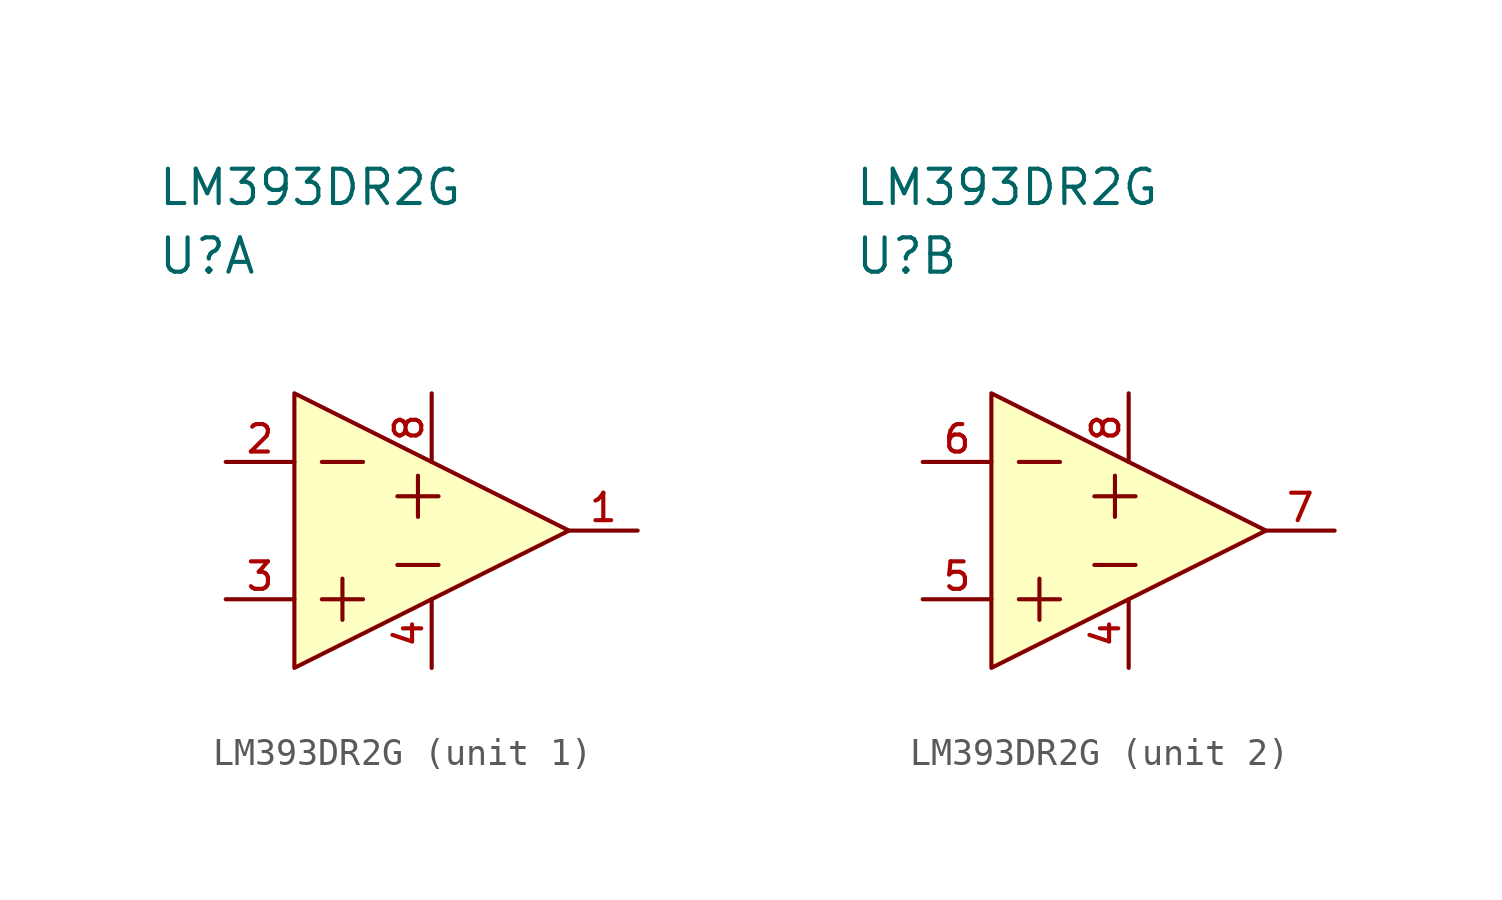
<source format=kicad_sym>
(kicad_symbol_lib
  (version 20241209)
  (generator "kicad_symbol_editor")
  (generator_version "9.0")
  (symbol "LM393DR2G"
    (pin_names
      (offset 1.016))
    (property "Reference" "U"
      (at 0 7.62 0)
      (effects (font (size 1.27 1.27)) (justify left)))
    (property "Value" "LM393DR2G"
      (at 0 10.16 0)
      (effects (font (size 1.27 1.27)) (justify left)))
    (property "ki_locked" ""
      (at 0 0 0)
      (effects (font (size 1.27 1.27))))
    (symbol "LM393DR2G_1_1"
      (polyline (pts (xy 6.096 0) (xy 7.62 0)) (stroke (width 0) (type solid)) (fill (type none)))
      (polyline (pts (xy 6.096 -5.08) (xy 7.62 -5.08)) (stroke (width 0) (type solid)) (fill (type none)))
      (polyline (pts (xy 6.858 -4.318) (xy 6.858 -5.842)) (stroke (width 0) (type solid)) (fill (type none)))
      (polyline (pts (xy 8.89 -1.27) (xy 10.414 -1.27)) (stroke (width 0) (type solid)) (fill (type none)))
      (polyline (pts (xy 8.89 -3.81) (xy 10.414 -3.81)) (stroke (width 0) (type solid)) (fill (type none)))
      (polyline (pts (xy 9.652 -0.508) (xy 9.652 -2.032)) (stroke (width 0) (type solid)) (fill (type none)))
      (polyline (pts (xy 10.16 0) (xy 15.24 -2.54) (xy 5.08 -7.62) (xy 5.08 2.54) (xy 10.16 0)) (stroke (width 0) (type solid)) (fill (type background)))
      (pin input line (at 2.54 0 0) (length 2.54) (name "INA-" (effects (font (size 0 0)))) (number "2" (effects (font (size 1.016 1.016)))))
      (pin input line (at 2.54 -5.08 0) (length 2.54) (name "INA+" (effects (font (size 0 0)))) (number "3" (effects (font (size 1.016 1.016)))))
      (pin power_in line (at 10.16 2.54 270) (length 2.54) (name "VCC" (effects (font (size 0 0)))) (number "8" (effects (font (size 1.016 1.016)))))
      (pin power_in line (at 10.16 -7.62 90) (length 2.54) (name "GND" (effects (font (size 0 0)))) (number "4" (effects (font (size 1.016 1.016)))))
      (pin open_collector line (at 17.78 -2.54 180) (length 2.54) (name "OUTA" (effects (font (size 0 0)))) (number "1" (effects (font (size 1.016 1.016))))))
    (symbol "LM393DR2G_2_1"
      (polyline (pts (xy 6.096 0) (xy 7.62 0)) (stroke (width 0) (type solid)) (fill (type none)))
      (polyline (pts (xy 6.096 -5.08) (xy 7.62 -5.08)) (stroke (width 0) (type solid)) (fill (type none)))
      (polyline (pts (xy 6.858 -4.318) (xy 6.858 -5.842)) (stroke (width 0) (type solid)) (fill (type none)))
      (polyline (pts (xy 8.89 -1.27) (xy 10.414 -1.27)) (stroke (width 0) (type solid)) (fill (type none)))
      (polyline (pts (xy 8.89 -3.81) (xy 10.414 -3.81)) (stroke (width 0) (type solid)) (fill (type none)))
      (polyline (pts (xy 9.652 -0.508) (xy 9.652 -2.032)) (stroke (width 0) (type solid)) (fill (type none)))
      (polyline (pts (xy 15.24 -2.54) (xy 5.08 -7.62) (xy 5.08 2.54) (xy 15.24 -2.54)) (stroke (width 0) (type solid)) (fill (type background)))
      (pin input line (at 2.54 0 0) (length 2.54) (name "INB-" (effects (font (size 0 0)))) (number "6" (effects (font (size 1.016 1.016)))))
      (pin input line (at 2.54 -5.08 0) (length 2.54) (name "INB+" (effects (font (size 0 0)))) (number "5" (effects (font (size 1.016 1.016)))))
      (pin power_in line (at 10.16 2.54 270) (length 2.54) (name "VCC" (effects (font (size 0 0)))) (number "8" (effects (font (size 1.016 1.016)))))
      (pin power_in line (at 10.16 -7.62 90) (length 2.54) (name "GND" (effects (font (size 0 0)))) (number "4" (effects (font (size 1.016 1.016)))))
      (pin open_collector line (at 17.78 -2.54 180) (length 2.54) (name "OUTB" (effects (font (size 0 0)))) (number "7" (effects (font (size 1.016 1.016))))))))
</source>
